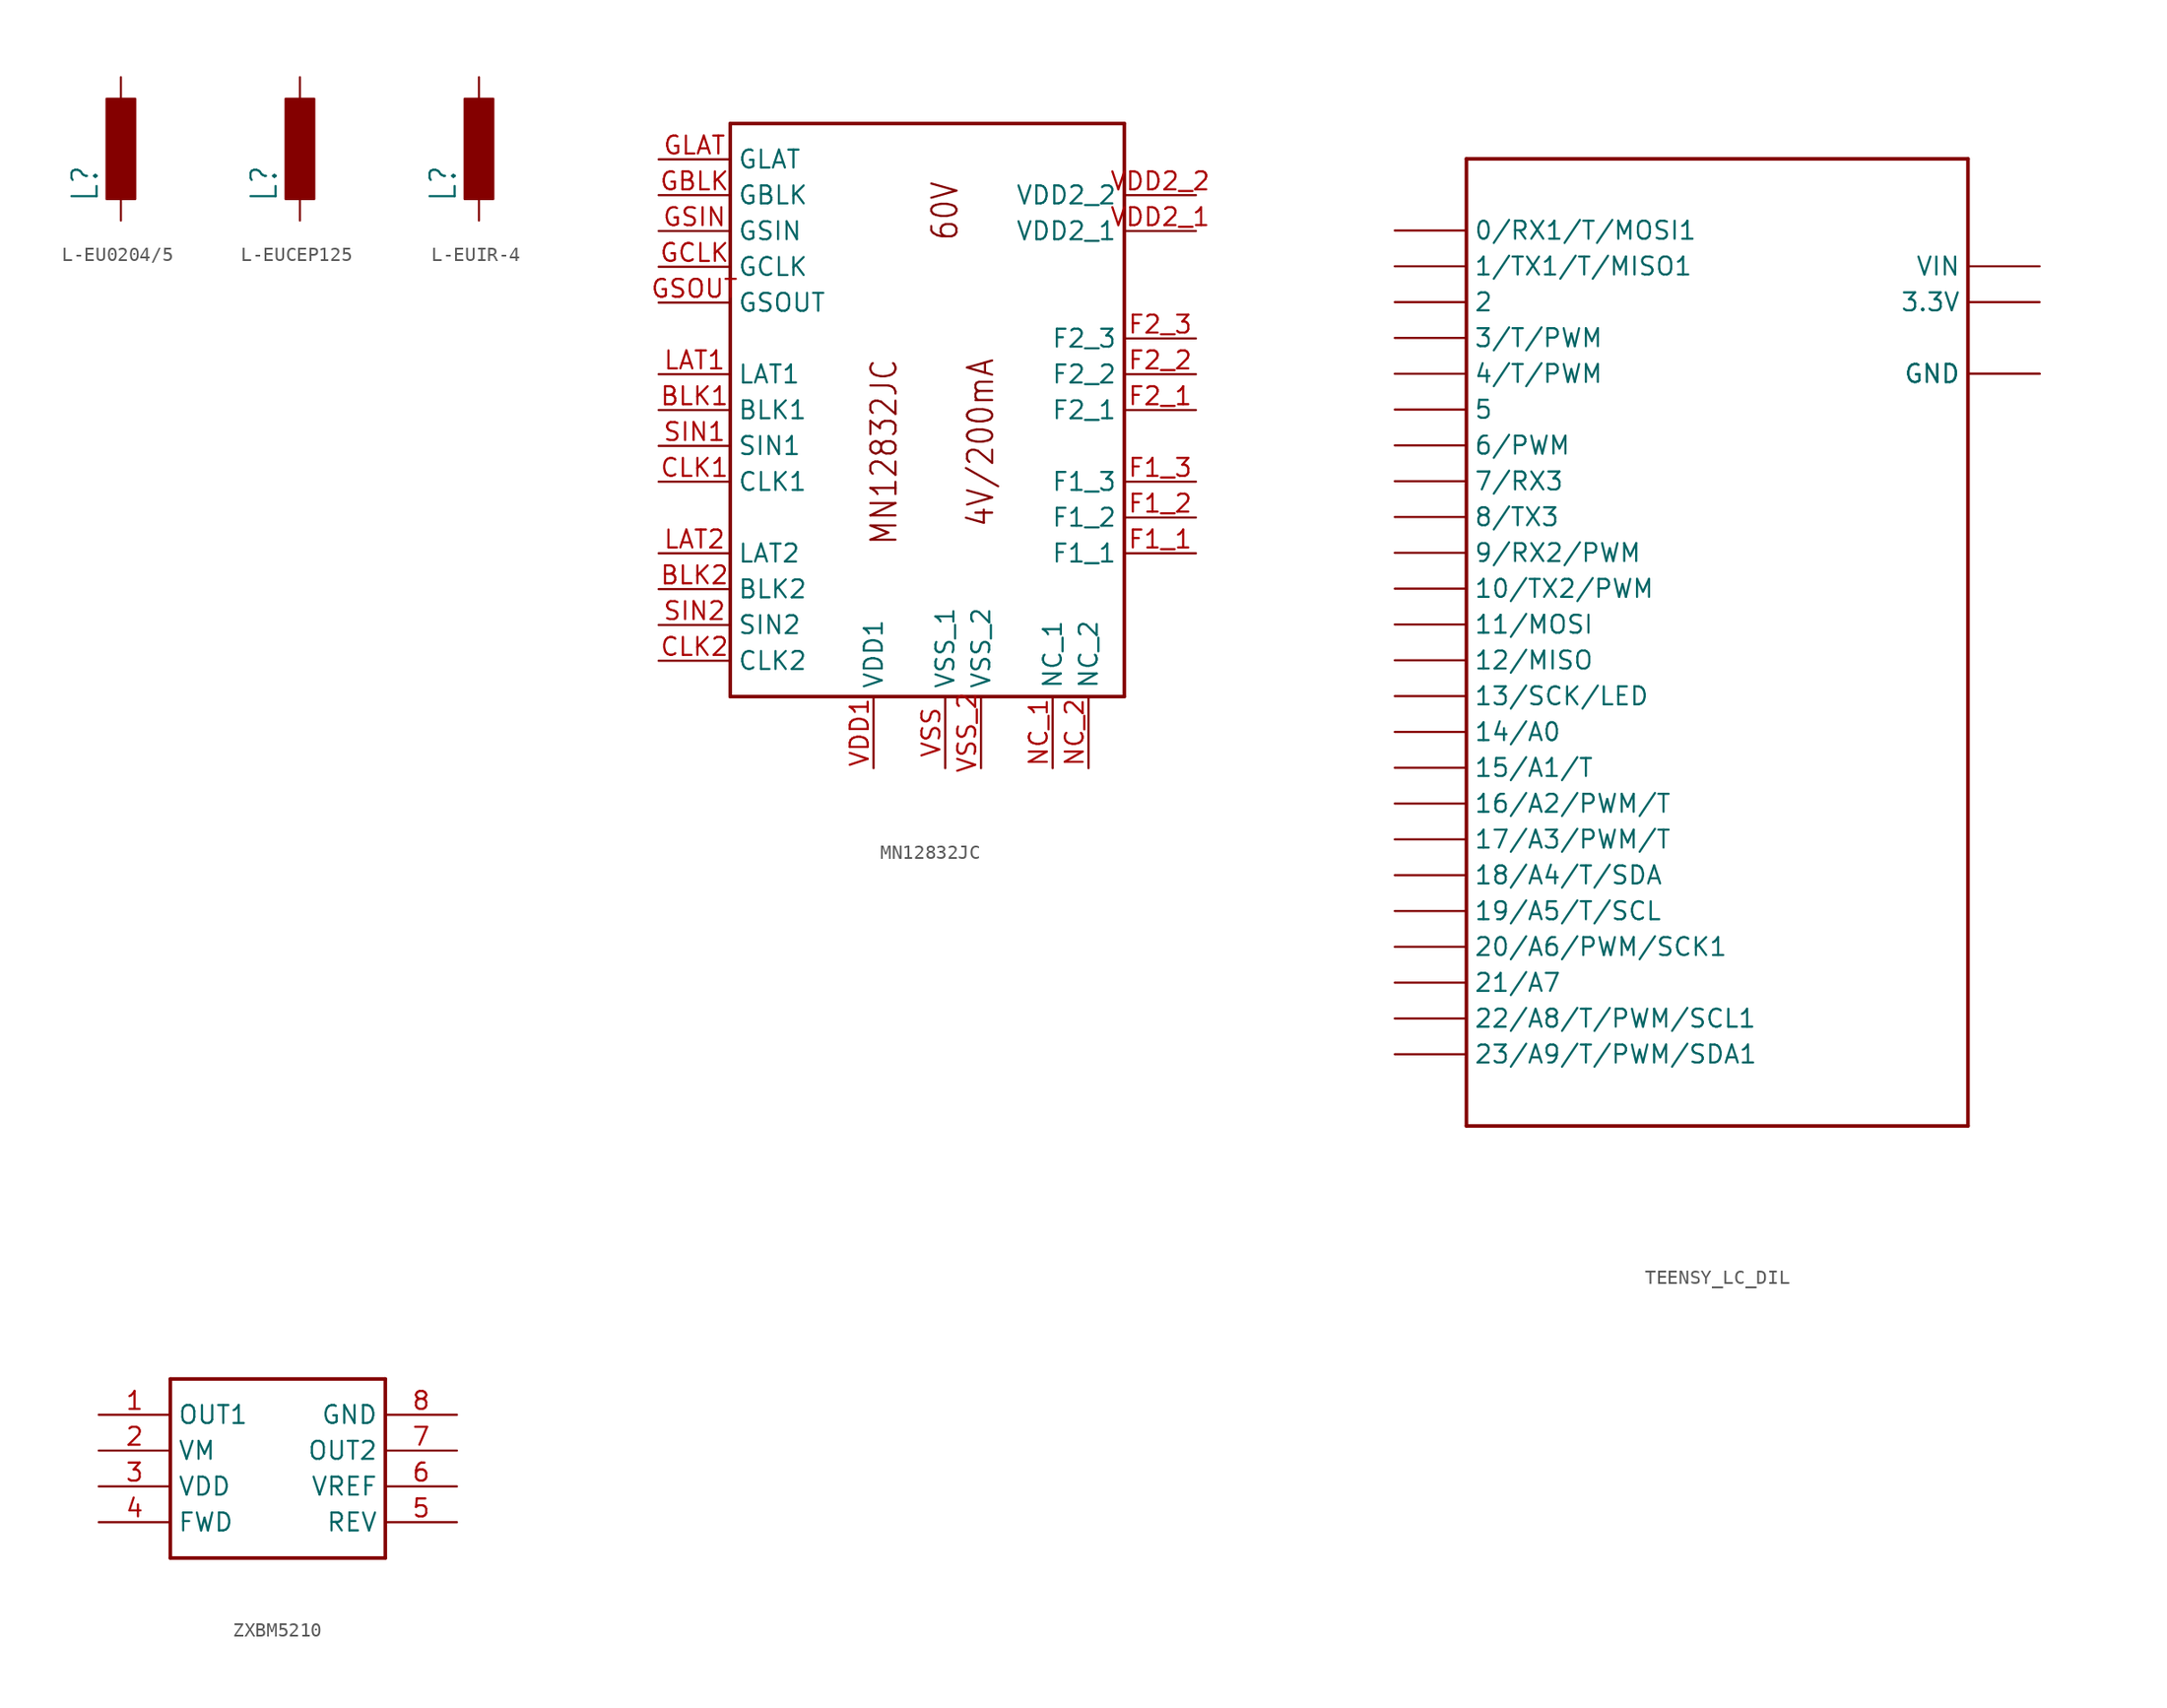
<source format=kicad_sym>
(kicad_symbol_lib
  (version 20220914)
  (generator kicad_symbol_editor)
  (symbol "L-EU0204/5"
    (property "Reference" "L"
      (at -1.499 -3.81 90)
      (effects (font (size 1.778 1.511)) (justify left bottom)))
    (property "Value" ""
      (at 3.302 -3.81 90)
      (effects (font (size 1.778 1.511)) (justify left bottom)))
    (property "ki_locked" ""
      (at 0 0 0)
      (effects (font (size 1.27 1.27))))
    (symbol "L-EU0204/5_1_0"
      (rectangle (start -1.016 -3.556) (end 1.016 3.556) (stroke (width 0) (type default)) (fill (type outline)))
      (pin passive line (at 0 5.08 270) (length 2.54) (name "1" (effects (font (size 0 0)))) (number "1" (effects (font (size 0 0)))))
      (pin passive line (at 0 -5.08 90) (length 2.54) (name "2" (effects (font (size 0 0)))) (number "2" (effects (font (size 0 0)))))))
  (symbol "L-EUCEP125"
    (property "Reference" "L"
      (at -1.499 -3.81 90)
      (effects (font (size 1.778 1.511)) (justify left bottom)))
    (property "Value" ""
      (at 3.302 -3.81 90)
      (effects (font (size 1.778 1.511)) (justify left bottom)))
    (property "ki_locked" ""
      (at 0 0 0)
      (effects (font (size 1.27 1.27))))
    (symbol "L-EUCEP125_1_0"
      (rectangle (start -1.016 -3.556) (end 1.016 3.556) (stroke (width 0) (type default)) (fill (type outline)))
      (pin passive line (at 0 5.08 270) (length 2.54) (name "1" (effects (font (size 0 0)))) (number "1" (effects (font (size 0 0)))))
      (pin passive line (at 0 -5.08 90) (length 2.54) (name "2" (effects (font (size 0 0)))) (number "2" (effects (font (size 0 0)))))))
  (symbol "L-EUIR-4"
    (property "Reference" "L"
      (at -1.499 -3.81 90)
      (effects (font (size 1.778 1.511)) (justify left bottom)))
    (property "Value" ""
      (at 3.302 -3.81 90)
      (effects (font (size 1.778 1.511)) (justify left bottom)))
    (property "ki_locked" ""
      (at 0 0 0)
      (effects (font (size 1.27 1.27))))
    (symbol "L-EUIR-4_1_0"
      (rectangle (start -1.016 -3.556) (end 1.016 3.556) (stroke (width 0) (type default)) (fill (type outline)))
      (pin passive line (at 0 5.08 270) (length 2.54) (name "1" (effects (font (size 0 0)))) (number "1" (effects (font (size 0 0)))))
      (pin passive line (at 0 -5.08 90) (length 2.54) (name "2" (effects (font (size 0 0)))) (number "2" (effects (font (size 0 0)))))))
  (symbol "MN12832JC"
    (property "Reference" ""
      (at 0 0 0)
      (effects (font (size 1.27 1.27)) hide))
    (property "ki_locked" ""
      (at 0 0 0)
      (effects (font (size 1.27 1.27))))
    (symbol "MN12832JC_1_0"
      (polyline (pts (xy -10.16 -17.78) (xy -10.16 22.86)) (stroke (width 0.254) (type solid)) (fill (type none)))
      (polyline (pts (xy -10.16 22.86) (xy 17.78 22.86)) (stroke (width 0.254) (type solid)) (fill (type none)))
      (polyline (pts (xy 17.78 -17.78) (xy -10.16 -17.78)) (stroke (width 0.254) (type solid)) (fill (type none)))
      (polyline (pts (xy 17.78 22.86) (xy 17.78 -17.78)) (stroke (width 0.254) (type solid)) (fill (type none)))
      (text "4V/200mA" (at 8.636 -5.842 900) (effects (font (size 1.778 1.511)) (justify left bottom)))
      (text "60V" (at 6.096 14.478 900) (effects (font (size 1.778 1.511)) (justify left bottom)))
      (text "MN12832JC" (at 1.778 -7.112 900) (effects (font (size 1.778 1.511)) (justify left bottom)))
      (pin bidirectional line (at -15.24 2.54 0) (length 5.08) (name "BLK1" (effects (font (size 1.27 1.27)))) (number "BLK1" (effects (font (size 1.27 1.27)))))
      (pin bidirectional line (at -15.24 -10.16 0) (length 5.08) (name "BLK2" (effects (font (size 1.27 1.27)))) (number "BLK2" (effects (font (size 1.27 1.27)))))
      (pin bidirectional line (at -15.24 -2.54 0) (length 5.08) (name "CLK1" (effects (font (size 1.27 1.27)))) (number "CLK1" (effects (font (size 1.27 1.27)))))
      (pin bidirectional line (at -15.24 -15.24 0) (length 5.08) (name "CLK2" (effects (font (size 1.27 1.27)))) (number "CLK2" (effects (font (size 1.27 1.27)))))
      (pin bidirectional line (at 22.86 -7.62 180) (length 5.08) (name "F1_1" (effects (font (size 1.27 1.27)))) (number "F1_1" (effects (font (size 1.27 1.27)))))
      (pin bidirectional line (at 22.86 -5.08 180) (length 5.08) (name "F1_2" (effects (font (size 1.27 1.27)))) (number "F1_2" (effects (font (size 1.27 1.27)))))
      (pin bidirectional line (at 22.86 -2.54 180) (length 5.08) (name "F1_3" (effects (font (size 1.27 1.27)))) (number "F1_3" (effects (font (size 1.27 1.27)))))
      (pin bidirectional line (at 22.86 2.54 180) (length 5.08) (name "F2_1" (effects (font (size 1.27 1.27)))) (number "F2_1" (effects (font (size 1.27 1.27)))))
      (pin bidirectional line (at 22.86 5.08 180) (length 5.08) (name "F2_2" (effects (font (size 1.27 1.27)))) (number "F2_2" (effects (font (size 1.27 1.27)))))
      (pin bidirectional line (at 22.86 7.62 180) (length 5.08) (name "F2_3" (effects (font (size 1.27 1.27)))) (number "F2_3" (effects (font (size 1.27 1.27)))))
      (pin bidirectional line (at -15.24 17.78 0) (length 5.08) (name "GBLK" (effects (font (size 1.27 1.27)))) (number "GBLK" (effects (font (size 1.27 1.27)))))
      (pin bidirectional line (at -15.24 12.7 0) (length 5.08) (name "GCLK" (effects (font (size 1.27 1.27)))) (number "GCLK" (effects (font (size 1.27 1.27)))))
      (pin bidirectional line (at -15.24 20.32 0) (length 5.08) (name "GLAT" (effects (font (size 1.27 1.27)))) (number "GLAT" (effects (font (size 1.27 1.27)))))
      (pin bidirectional line (at -15.24 15.24 0) (length 5.08) (name "GSIN" (effects (font (size 1.27 1.27)))) (number "GSIN" (effects (font (size 1.27 1.27)))))
      (pin bidirectional line (at -15.24 10.16 0) (length 5.08) (name "GSOUT" (effects (font (size 1.27 1.27)))) (number "GSOUT" (effects (font (size 1.27 1.27)))))
      (pin bidirectional line (at -15.24 5.08 0) (length 5.08) (name "LAT1" (effects (font (size 1.27 1.27)))) (number "LAT1" (effects (font (size 1.27 1.27)))))
      (pin bidirectional line (at -15.24 -7.62 0) (length 5.08) (name "LAT2" (effects (font (size 1.27 1.27)))) (number "LAT2" (effects (font (size 1.27 1.27)))))
      (pin bidirectional line (at 12.7 -22.86 90) (length 5.08) (name "NC_1" (effects (font (size 1.27 1.27)))) (number "NC_1" (effects (font (size 1.27 1.27)))))
      (pin bidirectional line (at 15.24 -22.86 90) (length 5.08) (name "NC_2" (effects (font (size 1.27 1.27)))) (number "NC_2" (effects (font (size 1.27 1.27)))))
      (pin bidirectional line (at -15.24 0 0) (length 5.08) (name "SIN1" (effects (font (size 1.27 1.27)))) (number "SIN1" (effects (font (size 1.27 1.27)))))
      (pin bidirectional line (at -15.24 -12.7 0) (length 5.08) (name "SIN2" (effects (font (size 1.27 1.27)))) (number "SIN2" (effects (font (size 1.27 1.27)))))
      (pin bidirectional line (at 0 -22.86 90) (length 5.08) (name "VDD1" (effects (font (size 1.27 1.27)))) (number "VDD1" (effects (font (size 1.27 1.27)))))
      (pin bidirectional line (at 22.86 15.24 180) (length 5.08) (name "VDD2_1" (effects (font (size 1.27 1.27)))) (number "VDD2_1" (effects (font (size 1.27 1.27)))))
      (pin bidirectional line (at 22.86 17.78 180) (length 5.08) (name "VDD2_2" (effects (font (size 1.27 1.27)))) (number "VDD2_2" (effects (font (size 1.27 1.27)))))
      (pin bidirectional line (at 5.08 -22.86 90) (length 5.08) (name "VSS_1" (effects (font (size 1.27 1.27)))) (number "VSS" (effects (font (size 1.27 1.27)))))
      (pin bidirectional line (at 7.62 -22.86 90) (length 5.08) (name "VSS_2" (effects (font (size 1.27 1.27)))) (number "VSS_2" (effects (font (size 1.27 1.27)))))))
  (symbol "TEENSY_LC_DIL"
    (property "Reference" ""
      (at -5.588 36.83 0)
      (effects (font (size 1.27 1.27) bold) (justify left bottom) hide))
    (property "Value" ""
      (at -2.794 -35.56 0)
      (effects (font (size 1.27 1.27) bold) (justify left bottom)))
    (property "ki_locked" ""
      (at 0 0 0)
      (effects (font (size 1.27 1.27))))
    (symbol "TEENSY_LC_DIL_1_0"
      (polyline (pts (xy -17.78 -33.02) (xy 17.78 -33.02)) (stroke (width 0.254) (type solid)) (fill (type none)))
      (polyline (pts (xy -17.78 35.56) (xy -17.78 -33.02)) (stroke (width 0.254) (type solid)) (fill (type none)))
      (polyline (pts (xy 17.78 -33.02) (xy 17.78 35.56)) (stroke (width 0.254) (type solid)) (fill (type none)))
      (polyline (pts (xy 17.78 35.56) (xy -17.78 35.56)) (stroke (width 0.254) (type solid)) (fill (type none)))
      (pin bidirectional line (at -22.86 30.48 0) (length 5.08) (name "0/RX1/T/MOSI1" (effects (font (size 1.27 1.27)))) (number "0" (effects (font (size 0 0)))))
      (pin bidirectional line (at -22.86 27.94 0) (length 5.08) (name "1/TX1/T/MISO1" (effects (font (size 1.27 1.27)))) (number "1" (effects (font (size 0 0)))))
      (pin bidirectional line (at -22.86 5.08 0) (length 5.08) (name "10/TX2/PWM" (effects (font (size 1.27 1.27)))) (number "10" (effects (font (size 0 0)))))
      (pin bidirectional line (at -22.86 2.54 0) (length 5.08) (name "11/MOSI" (effects (font (size 1.27 1.27)))) (number "11" (effects (font (size 0 0)))))
      (pin bidirectional line (at -22.86 0 0) (length 5.08) (name "12/MISO" (effects (font (size 1.27 1.27)))) (number "12" (effects (font (size 0 0)))))
      (pin bidirectional line (at -22.86 -2.54 0) (length 5.08) (name "13/SCK/LED" (effects (font (size 1.27 1.27)))) (number "13" (effects (font (size 0 0)))))
      (pin bidirectional line (at -22.86 -5.08 0) (length 5.08) (name "14/A0" (effects (font (size 1.27 1.27)))) (number "14/A0" (effects (font (size 0 0)))))
      (pin bidirectional line (at -22.86 -7.62 0) (length 5.08) (name "15/A1/T" (effects (font (size 1.27 1.27)))) (number "15/A1" (effects (font (size 0 0)))))
      (pin bidirectional line (at -22.86 -10.16 0) (length 5.08) (name "16/A2/PWM/T" (effects (font (size 1.27 1.27)))) (number "16/A2" (effects (font (size 0 0)))))
      (pin bidirectional line (at -22.86 -12.7 0) (length 5.08) (name "17/A3/PWM/T" (effects (font (size 1.27 1.27)))) (number "17/A3" (effects (font (size 0 0)))))
      (pin bidirectional line (at -22.86 -15.24 0) (length 5.08) (name "18/A4/T/SDA" (effects (font (size 1.27 1.27)))) (number "18/A4" (effects (font (size 0 0)))))
      (pin bidirectional line (at -22.86 -17.78 0) (length 5.08) (name "19/A5/T/SCL" (effects (font (size 1.27 1.27)))) (number "19/A5" (effects (font (size 0 0)))))
      (pin bidirectional line (at -22.86 25.4 0) (length 5.08) (name "2" (effects (font (size 1.27 1.27)))) (number "2" (effects (font (size 0 0)))))
      (pin bidirectional line (at -22.86 -20.32 0) (length 5.08) (name "20/A6/PWM/SCK1" (effects (font (size 1.27 1.27)))) (number "20/A6" (effects (font (size 0 0)))))
      (pin bidirectional line (at -22.86 -22.86 0) (length 5.08) (name "21/A7" (effects (font (size 1.27 1.27)))) (number "21/A7" (effects (font (size 0 0)))))
      (pin bidirectional line (at -22.86 -25.4 0) (length 5.08) (name "22/A8/T/PWM/SCL1" (effects (font (size 1.27 1.27)))) (number "22/A8" (effects (font (size 0 0)))))
      (pin bidirectional line (at -22.86 -27.94 0) (length 5.08) (name "23/A9/T/PWM/SDA1" (effects (font (size 1.27 1.27)))) (number "23/A9" (effects (font (size 0 0)))))
      (pin bidirectional line (at -22.86 22.86 0) (length 5.08) (name "3/T/PWM" (effects (font (size 1.27 1.27)))) (number "3" (effects (font (size 0 0)))))
      (pin power_in line (at 22.86 25.4 180) (length 5.08) (name "3.3V" (effects (font (size 1.27 1.27)))) (number "3.3V" (effects (font (size 0 0)))))
      (pin bidirectional line (at -22.86 20.32 0) (length 5.08) (name "4/T/PWM" (effects (font (size 1.27 1.27)))) (number "4" (effects (font (size 0 0)))))
      (pin bidirectional line (at -22.86 17.78 0) (length 5.08) (name "5" (effects (font (size 1.27 1.27)))) (number "5" (effects (font (size 0 0)))))
      (pin bidirectional line (at -22.86 15.24 0) (length 5.08) (name "6/PWM" (effects (font (size 1.27 1.27)))) (number "6" (effects (font (size 0 0)))))
      (pin bidirectional line (at -22.86 12.7 0) (length 5.08) (name "7/RX3" (effects (font (size 1.27 1.27)))) (number "7" (effects (font (size 0 0)))))
      (pin bidirectional line (at -22.86 10.16 0) (length 5.08) (name "8/TX3" (effects (font (size 1.27 1.27)))) (number "8" (effects (font (size 0 0)))))
      (pin bidirectional line (at -22.86 7.62 0) (length 5.08) (name "9/RX2/PWM" (effects (font (size 1.27 1.27)))) (number "9" (effects (font (size 0 0)))))
      (pin power_in line (at 22.86 20.32 180) (length 5.08) (name "GND" (effects (font (size 1.27 1.27)))) (number "AGND" (effects (font (size 0 0)))))
      (pin power_in line (at 22.86 20.32 180) (length 5.08) (name "GND" (effects (font (size 1.27 1.27)))) (number "GND" (effects (font (size 0 0)))))
      (pin power_in line (at 22.86 27.94 180) (length 5.08) (name "VIN" (effects (font (size 1.27 1.27)))) (number "VIN" (effects (font (size 0 0)))))))
  (symbol "ZXBM5210"
    (property "Reference" ""
      (at -7.62 5.588 0)
      (effects (font (size 1.778 1.511)) (justify left bottom) hide))
    (property "Value" ""
      (at -7.62 -10.16 0)
      (effects (font (size 1.778 1.511)) (justify left bottom)))
    (property "ki_locked" ""
      (at 0 0 0)
      (effects (font (size 1.27 1.27))))
    (symbol "ZXBM5210_1_0"
      (polyline (pts (xy -7.62 -7.62) (xy 7.62 -7.62)) (stroke (width 0.254) (type solid)) (fill (type none)))
      (polyline (pts (xy -7.62 5.08) (xy -7.62 -7.62)) (stroke (width 0.254) (type solid)) (fill (type none)))
      (polyline (pts (xy 7.62 -7.62) (xy 7.62 5.08)) (stroke (width 0.254) (type solid)) (fill (type none)))
      (polyline (pts (xy 7.62 5.08) (xy -7.62 5.08)) (stroke (width 0.254) (type solid)) (fill (type none)))
      (pin bidirectional line (at -12.7 2.54 0) (length 5.08) (name "OUT1" (effects (font (size 1.27 1.27)))) (number "1" (effects (font (size 1.27 1.27)))))
      (pin bidirectional line (at -12.7 0 0) (length 5.08) (name "VM" (effects (font (size 1.27 1.27)))) (number "2" (effects (font (size 1.27 1.27)))))
      (pin bidirectional line (at -12.7 -2.54 0) (length 5.08) (name "VDD" (effects (font (size 1.27 1.27)))) (number "3" (effects (font (size 1.27 1.27)))))
      (pin bidirectional line (at -12.7 -5.08 0) (length 5.08) (name "FWD" (effects (font (size 1.27 1.27)))) (number "4" (effects (font (size 1.27 1.27)))))
      (pin bidirectional line (at 12.7 -5.08 180) (length 5.08) (name "REV" (effects (font (size 1.27 1.27)))) (number "5" (effects (font (size 1.27 1.27)))))
      (pin bidirectional line (at 12.7 -2.54 180) (length 5.08) (name "VREF" (effects (font (size 1.27 1.27)))) (number "6" (effects (font (size 1.27 1.27)))))
      (pin bidirectional line (at 12.7 0 180) (length 5.08) (name "OUT2" (effects (font (size 1.27 1.27)))) (number "7" (effects (font (size 1.27 1.27)))))
      (pin bidirectional line (at 12.7 2.54 180) (length 5.08) (name "GND" (effects (font (size 1.27 1.27)))) (number "8" (effects (font (size 1.27 1.27))))))))
</source>
